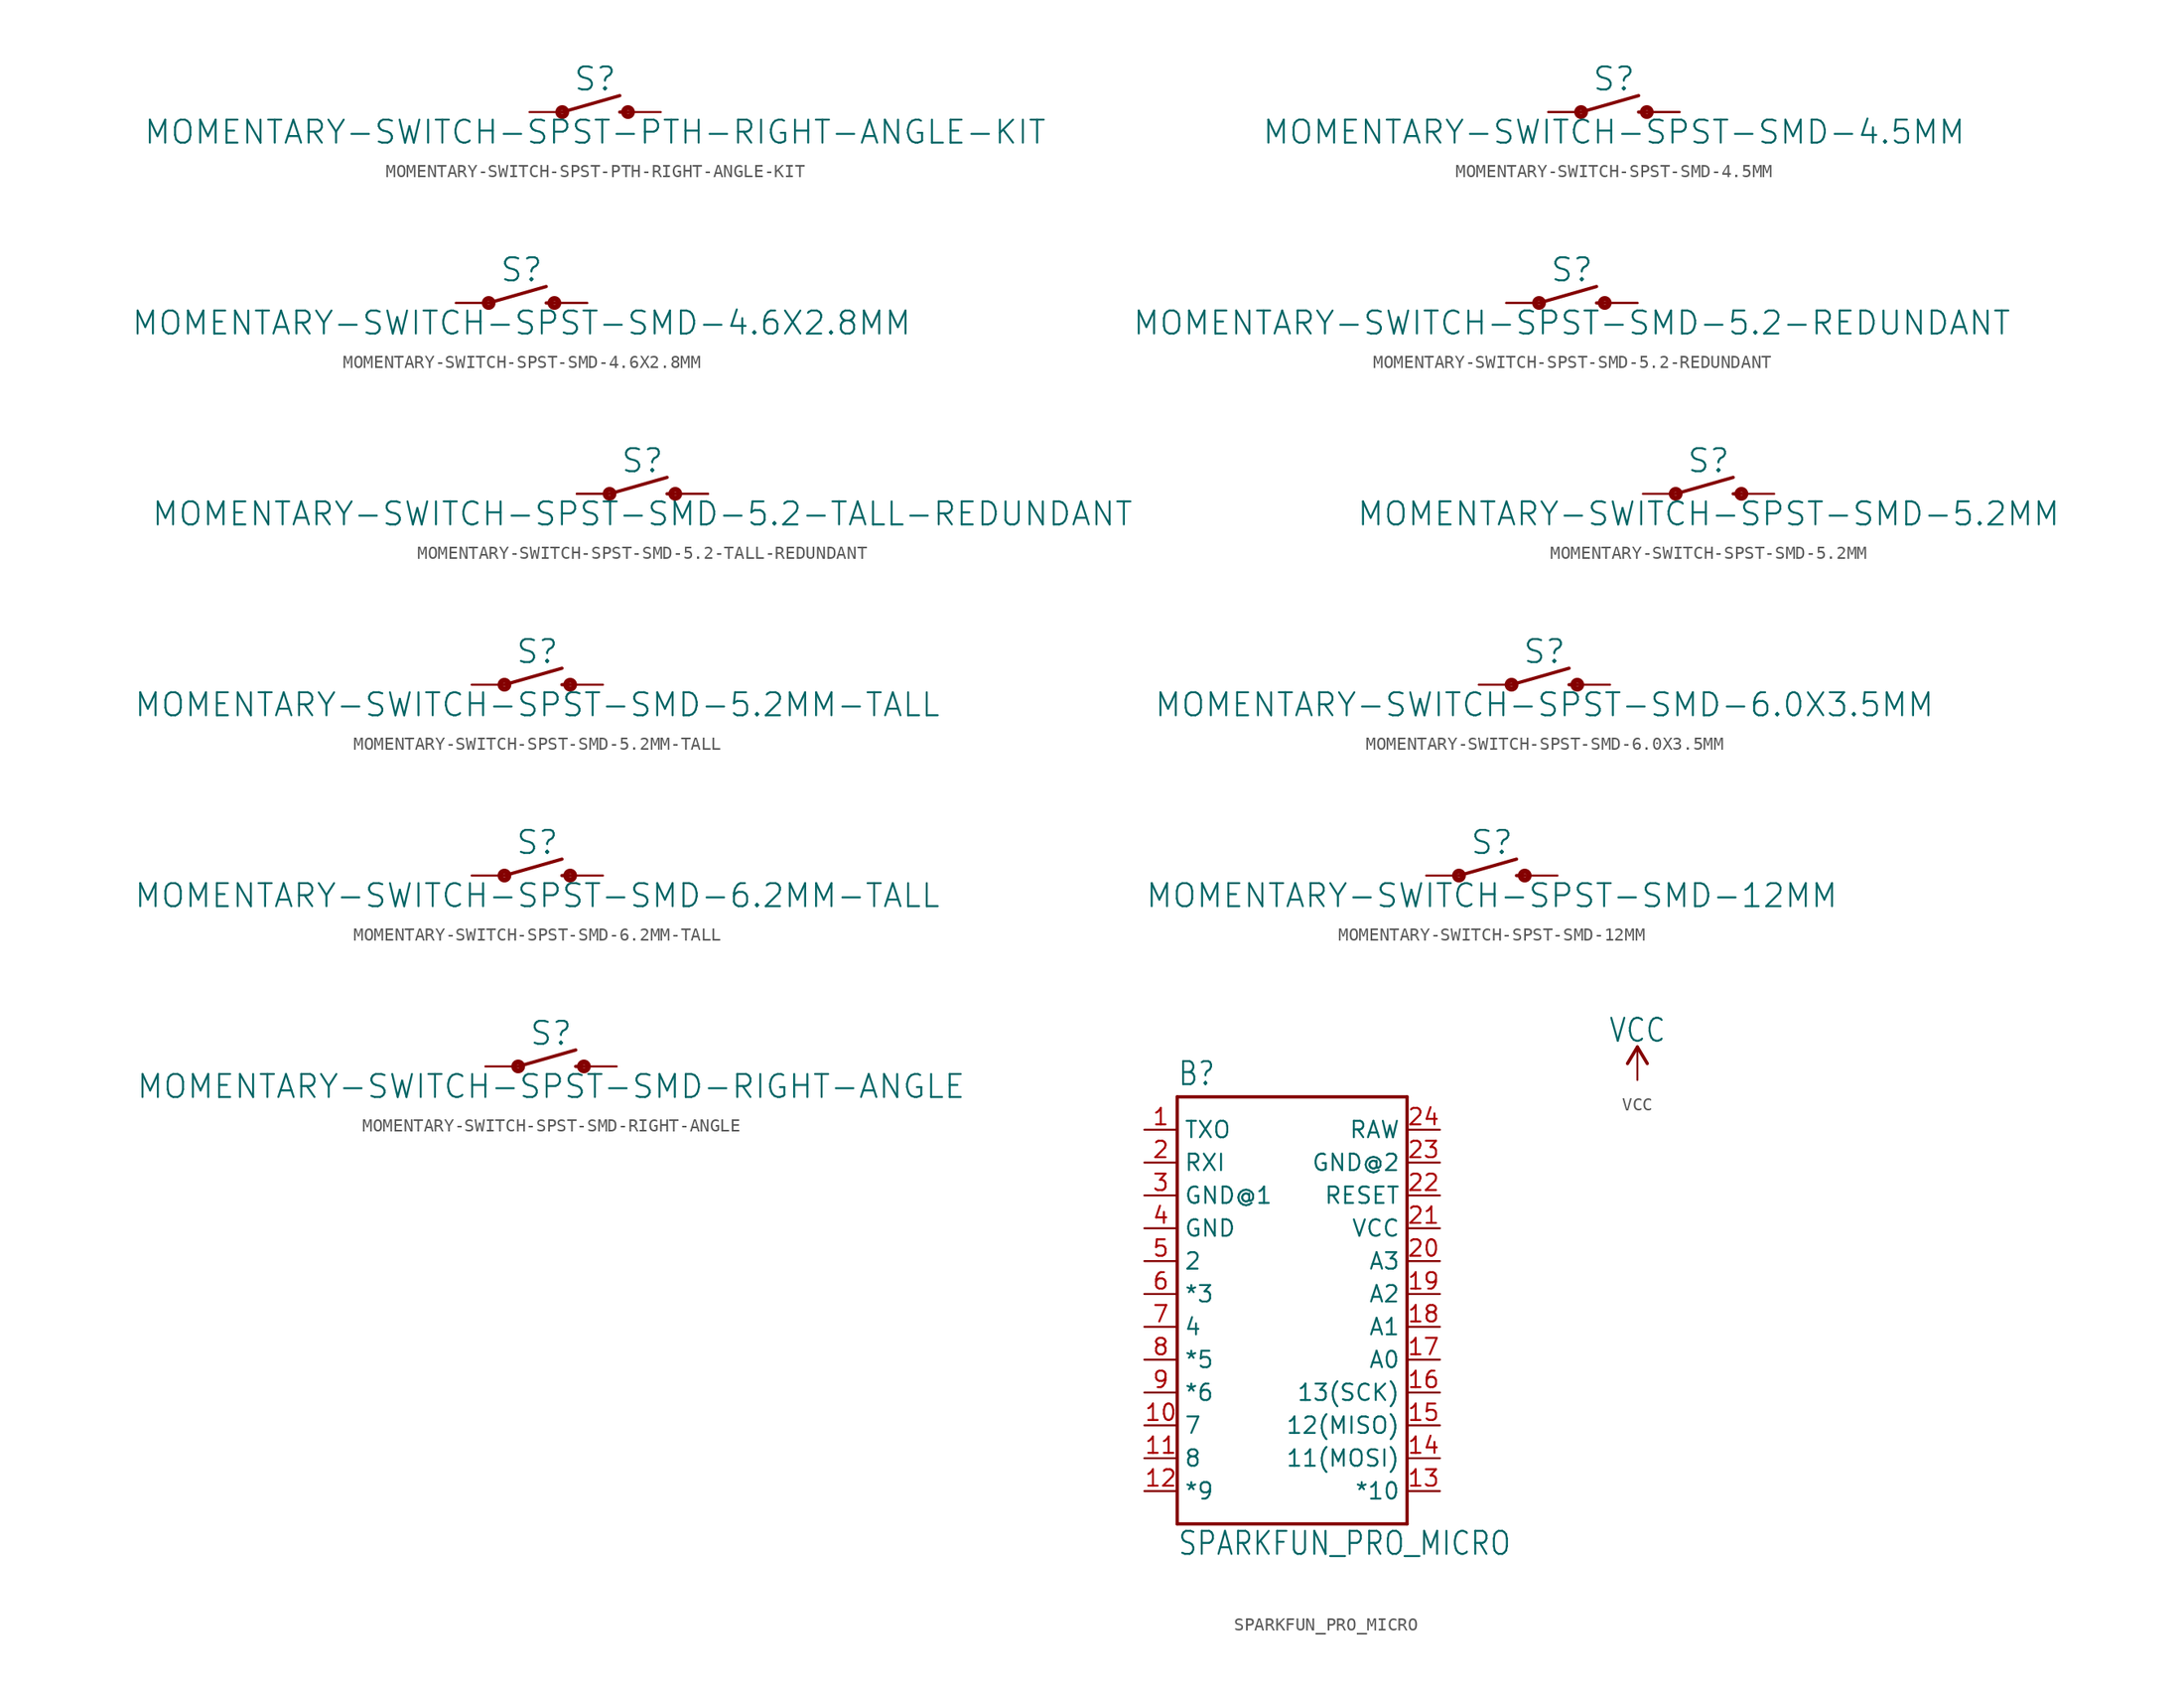
<source format=kicad_sym>
(kicad_symbol_lib
  (version 20210619)
  (generator kicad_symbol_editor)
  (symbol "MOMENTARY-SWITCH-SPST-PTH-RIGHT-ANGLE-KIT"
    (property "Reference" "S"
      (at 0 1.524 0)
      (effects (font (size 1.778 1.778)) (justify bottom)))
    (property "Value" "MOMENTARY-SWITCH-SPST-PTH-RIGHT-ANGLE-KIT"
      (at 0 -0.508 0)
      (effects (font (size 1.778 1.778)) (justify top)))
    (property "ki_locked" ""
      (at 0 0 0)
      (effects (font (size 1.27 1.27))))
    (symbol "MOMENTARY-SWITCH-SPST-PTH-RIGHT-ANGLE-KIT_1_0"
      (circle (center -2.54 0) (radius 0.127) (stroke (width 0.406)) (fill (type none)))
      (circle (center 2.54 0) (radius 0.127) (stroke (width 0.406)) (fill (type none)))
      (polyline (pts (xy -2.54 0) (xy 1.905 1.27)) (stroke (width 0.254)) (fill (type none)))
      (polyline (pts (xy 1.905 0) (xy 2.54 0)) (stroke (width 0.254)) (fill (type none)))
      (pin passive line (at -5.08 0 0) (length 2.54) (name "1" (effects (font (size 0 0)))) (number "1" (effects (font (size 0 0)))))
      (pin passive line (at 5.08 0 180) (length 2.54) (name "2" (effects (font (size 0 0)))) (number "2" (effects (font (size 0 0)))))))
  (symbol "MOMENTARY-SWITCH-SPST-SMD-4.5MM"
    (property "Reference" "S"
      (at 0 1.524 0)
      (effects (font (size 1.778 1.778)) (justify bottom)))
    (property "Value" "MOMENTARY-SWITCH-SPST-SMD-4.5MM"
      (at 0 -0.508 0)
      (effects (font (size 1.778 1.778)) (justify top)))
    (property "ki_locked" ""
      (at 0 0 0)
      (effects (font (size 1.27 1.27))))
    (symbol "MOMENTARY-SWITCH-SPST-SMD-4.5MM_1_0"
      (circle (center -2.54 0) (radius 0.127) (stroke (width 0.406)) (fill (type none)))
      (circle (center 2.54 0) (radius 0.127) (stroke (width 0.406)) (fill (type none)))
      (polyline (pts (xy -2.54 0) (xy 1.905 1.27)) (stroke (width 0.254)) (fill (type none)))
      (polyline (pts (xy 1.905 0) (xy 2.54 0)) (stroke (width 0.254)) (fill (type none)))
      (pin passive line (at 5.08 0 180) (length 2.54) (name "2" (effects (font (size 0 0)))) (number "1" (effects (font (size 0 0)))))
      (pin passive line (at -5.08 0 0) (length 2.54) (name "1" (effects (font (size 0 0)))) (number "2" (effects (font (size 0 0)))))
      (pin passive line (at -5.08 0 0) (length 2.54) (name "1" (effects (font (size 0 0)))) (number "3" (effects (font (size 0 0)))))
      (pin passive line (at 5.08 0 180) (length 2.54) (name "2" (effects (font (size 0 0)))) (number "4" (effects (font (size 0 0)))))))
  (symbol "MOMENTARY-SWITCH-SPST-SMD-4.6X2.8MM"
    (property "Reference" "S"
      (at 0 1.524 0)
      (effects (font (size 1.778 1.778)) (justify bottom)))
    (property "Value" "MOMENTARY-SWITCH-SPST-SMD-4.6X2.8MM"
      (at 0 -0.508 0)
      (effects (font (size 1.778 1.778)) (justify top)))
    (property "ki_locked" ""
      (at 0 0 0)
      (effects (font (size 1.27 1.27))))
    (symbol "MOMENTARY-SWITCH-SPST-SMD-4.6X2.8MM_1_0"
      (circle (center -2.54 0) (radius 0.127) (stroke (width 0.406)) (fill (type none)))
      (circle (center 2.54 0) (radius 0.127) (stroke (width 0.406)) (fill (type none)))
      (polyline (pts (xy -2.54 0) (xy 1.905 1.27)) (stroke (width 0.254)) (fill (type none)))
      (polyline (pts (xy 1.905 0) (xy 2.54 0)) (stroke (width 0.254)) (fill (type none)))
      (pin passive line (at -5.08 0 0) (length 2.54) (name "1" (effects (font (size 0 0)))) (number "1" (effects (font (size 0 0)))))
      (pin passive line (at -5.08 0 0) (length 2.54) (name "1" (effects (font (size 0 0)))) (number "2" (effects (font (size 0 0)))))
      (pin passive line (at 5.08 0 180) (length 2.54) (name "2" (effects (font (size 0 0)))) (number "3" (effects (font (size 0 0)))))
      (pin passive line (at 5.08 0 180) (length 2.54) (name "2" (effects (font (size 0 0)))) (number "4" (effects (font (size 0 0)))))))
  (symbol "MOMENTARY-SWITCH-SPST-SMD-5.2-REDUNDANT"
    (property "Reference" "S"
      (at 0 1.524 0)
      (effects (font (size 1.778 1.778)) (justify bottom)))
    (property "Value" "MOMENTARY-SWITCH-SPST-SMD-5.2-REDUNDANT"
      (at 0 -0.508 0)
      (effects (font (size 1.778 1.778)) (justify top)))
    (property "ki_locked" ""
      (at 0 0 0)
      (effects (font (size 1.27 1.27))))
    (symbol "MOMENTARY-SWITCH-SPST-SMD-5.2-REDUNDANT_1_0"
      (circle (center -2.54 0) (radius 0.127) (stroke (width 0.406)) (fill (type none)))
      (circle (center 2.54 0) (radius 0.127) (stroke (width 0.406)) (fill (type none)))
      (polyline (pts (xy -2.54 0) (xy 1.905 1.27)) (stroke (width 0.254)) (fill (type none)))
      (polyline (pts (xy 1.905 0) (xy 2.54 0)) (stroke (width 0.254)) (fill (type none)))
      (pin passive line (at -5.08 0 0) (length 2.54) (name "1" (effects (font (size 0 0)))) (number "1" (effects (font (size 0 0)))))
      (pin passive line (at -5.08 0 0) (length 2.54) (name "1" (effects (font (size 0 0)))) (number "2" (effects (font (size 0 0)))))
      (pin passive line (at 5.08 0 180) (length 2.54) (name "2" (effects (font (size 0 0)))) (number "3" (effects (font (size 0 0)))))
      (pin passive line (at 5.08 0 180) (length 2.54) (name "2" (effects (font (size 0 0)))) (number "4" (effects (font (size 0 0)))))))
  (symbol "MOMENTARY-SWITCH-SPST-SMD-5.2-TALL-REDUNDANT"
    (property "Reference" "S"
      (at 0 1.524 0)
      (effects (font (size 1.778 1.778)) (justify bottom)))
    (property "Value" "MOMENTARY-SWITCH-SPST-SMD-5.2-TALL-REDUNDANT"
      (at 0 -0.508 0)
      (effects (font (size 1.778 1.778)) (justify top)))
    (property "ki_locked" ""
      (at 0 0 0)
      (effects (font (size 1.27 1.27))))
    (symbol "MOMENTARY-SWITCH-SPST-SMD-5.2-TALL-REDUNDANT_1_0"
      (circle (center -2.54 0) (radius 0.127) (stroke (width 0.406)) (fill (type none)))
      (circle (center 2.54 0) (radius 0.127) (stroke (width 0.406)) (fill (type none)))
      (polyline (pts (xy -2.54 0) (xy 1.905 1.27)) (stroke (width 0.254)) (fill (type none)))
      (polyline (pts (xy 1.905 0) (xy 2.54 0)) (stroke (width 0.254)) (fill (type none)))
      (pin passive line (at -5.08 0 0) (length 2.54) (name "1" (effects (font (size 0 0)))) (number "1" (effects (font (size 0 0)))))
      (pin passive line (at -5.08 0 0) (length 2.54) (name "1" (effects (font (size 0 0)))) (number "2" (effects (font (size 0 0)))))
      (pin passive line (at 5.08 0 180) (length 2.54) (name "2" (effects (font (size 0 0)))) (number "3" (effects (font (size 0 0)))))
      (pin passive line (at 5.08 0 180) (length 2.54) (name "2" (effects (font (size 0 0)))) (number "4" (effects (font (size 0 0)))))))
  (symbol "MOMENTARY-SWITCH-SPST-SMD-5.2MM"
    (property "Reference" "S"
      (at 0 1.524 0)
      (effects (font (size 1.778 1.778)) (justify bottom)))
    (property "Value" "MOMENTARY-SWITCH-SPST-SMD-5.2MM"
      (at 0 -0.508 0)
      (effects (font (size 1.778 1.778)) (justify top)))
    (property "ki_locked" ""
      (at 0 0 0)
      (effects (font (size 1.27 1.27))))
    (symbol "MOMENTARY-SWITCH-SPST-SMD-5.2MM_1_0"
      (circle (center -2.54 0) (radius 0.127) (stroke (width 0.406)) (fill (type none)))
      (circle (center 2.54 0) (radius 0.127) (stroke (width 0.406)) (fill (type none)))
      (polyline (pts (xy -2.54 0) (xy 1.905 1.27)) (stroke (width 0.254)) (fill (type none)))
      (polyline (pts (xy 1.905 0) (xy 2.54 0)) (stroke (width 0.254)) (fill (type none)))
      (pin passive line (at -5.08 0 0) (length 2.54) (name "1" (effects (font (size 0 0)))) (number "1" (effects (font (size 0 0)))))
      (pin passive line (at 5.08 0 180) (length 2.54) (name "2" (effects (font (size 0 0)))) (number "3" (effects (font (size 0 0)))))))
  (symbol "MOMENTARY-SWITCH-SPST-SMD-5.2MM-TALL"
    (property "Reference" "S"
      (at 0 1.524 0)
      (effects (font (size 1.778 1.778)) (justify bottom)))
    (property "Value" "MOMENTARY-SWITCH-SPST-SMD-5.2MM-TALL"
      (at 0 -0.508 0)
      (effects (font (size 1.778 1.778)) (justify top)))
    (property "ki_locked" ""
      (at 0 0 0)
      (effects (font (size 1.27 1.27))))
    (symbol "MOMENTARY-SWITCH-SPST-SMD-5.2MM-TALL_1_0"
      (circle (center -2.54 0) (radius 0.127) (stroke (width 0.406)) (fill (type none)))
      (circle (center 2.54 0) (radius 0.127) (stroke (width 0.406)) (fill (type none)))
      (polyline (pts (xy -2.54 0) (xy 1.905 1.27)) (stroke (width 0.254)) (fill (type none)))
      (polyline (pts (xy 1.905 0) (xy 2.54 0)) (stroke (width 0.254)) (fill (type none)))
      (pin passive line (at -5.08 0 0) (length 2.54) (name "1" (effects (font (size 0 0)))) (number "1" (effects (font (size 0 0)))))
      (pin passive line (at 5.08 0 180) (length 2.54) (name "2" (effects (font (size 0 0)))) (number "3" (effects (font (size 0 0)))))))
  (symbol "MOMENTARY-SWITCH-SPST-SMD-6.0X3.5MM"
    (property "Reference" "S"
      (at 0 1.524 0)
      (effects (font (size 1.778 1.778)) (justify bottom)))
    (property "Value" "MOMENTARY-SWITCH-SPST-SMD-6.0X3.5MM"
      (at 0 -0.508 0)
      (effects (font (size 1.778 1.778)) (justify top)))
    (property "ki_locked" ""
      (at 0 0 0)
      (effects (font (size 1.27 1.27))))
    (symbol "MOMENTARY-SWITCH-SPST-SMD-6.0X3.5MM_1_0"
      (circle (center -2.54 0) (radius 0.127) (stroke (width 0.406)) (fill (type none)))
      (circle (center 2.54 0) (radius 0.127) (stroke (width 0.406)) (fill (type none)))
      (polyline (pts (xy -2.54 0) (xy 1.905 1.27)) (stroke (width 0.254)) (fill (type none)))
      (polyline (pts (xy 1.905 0) (xy 2.54 0)) (stroke (width 0.254)) (fill (type none)))
      (pin passive line (at -5.08 0 0) (length 2.54) (name "1" (effects (font (size 0 0)))) (number "1" (effects (font (size 0 0)))))
      (pin passive line (at 5.08 0 180) (length 2.54) (name "2" (effects (font (size 0 0)))) (number "2" (effects (font (size 0 0)))))))
  (symbol "MOMENTARY-SWITCH-SPST-SMD-6.2MM-TALL"
    (property "Reference" "S"
      (at 0 1.524 0)
      (effects (font (size 1.778 1.778)) (justify bottom)))
    (property "Value" "MOMENTARY-SWITCH-SPST-SMD-6.2MM-TALL"
      (at 0 -0.508 0)
      (effects (font (size 1.778 1.778)) (justify top)))
    (property "ki_locked" ""
      (at 0 0 0)
      (effects (font (size 1.27 1.27))))
    (symbol "MOMENTARY-SWITCH-SPST-SMD-6.2MM-TALL_1_0"
      (circle (center -2.54 0) (radius 0.127) (stroke (width 0.406)) (fill (type none)))
      (circle (center 2.54 0) (radius 0.127) (stroke (width 0.406)) (fill (type none)))
      (polyline (pts (xy -2.54 0) (xy 1.905 1.27)) (stroke (width 0.254)) (fill (type none)))
      (polyline (pts (xy 1.905 0) (xy 2.54 0)) (stroke (width 0.254)) (fill (type none)))
      (pin passive line (at -5.08 0 0) (length 2.54) (name "1" (effects (font (size 0 0)))) (number "A2" (effects (font (size 0 0)))))
      (pin passive line (at 5.08 0 180) (length 2.54) (name "2" (effects (font (size 0 0)))) (number "B2" (effects (font (size 0 0)))))))
  (symbol "MOMENTARY-SWITCH-SPST-SMD-12MM"
    (property "Reference" "S"
      (at 0 1.524 0)
      (effects (font (size 1.778 1.778)) (justify bottom)))
    (property "Value" "MOMENTARY-SWITCH-SPST-SMD-12MM"
      (at 0 -0.508 0)
      (effects (font (size 1.778 1.778)) (justify top)))
    (property "ki_locked" ""
      (at 0 0 0)
      (effects (font (size 1.27 1.27))))
    (symbol "MOMENTARY-SWITCH-SPST-SMD-12MM_1_0"
      (circle (center -2.54 0) (radius 0.127) (stroke (width 0.406)) (fill (type none)))
      (circle (center 2.54 0) (radius 0.127) (stroke (width 0.406)) (fill (type none)))
      (polyline (pts (xy -2.54 0) (xy 1.905 1.27)) (stroke (width 0.254)) (fill (type none)))
      (polyline (pts (xy 1.905 0) (xy 2.54 0)) (stroke (width 0.254)) (fill (type none)))
      (pin passive line (at -5.08 0 0) (length 2.54) (name "1" (effects (font (size 0 0)))) (number "1" (effects (font (size 0 0)))))
      (pin passive line (at 5.08 0 180) (length 2.54) (name "2" (effects (font (size 0 0)))) (number "3" (effects (font (size 0 0)))))))
  (symbol "MOMENTARY-SWITCH-SPST-SMD-RIGHT-ANGLE"
    (property "Reference" "S"
      (at 0 1.524 0)
      (effects (font (size 1.778 1.778)) (justify bottom)))
    (property "Value" "MOMENTARY-SWITCH-SPST-SMD-RIGHT-ANGLE"
      (at 0 -0.508 0)
      (effects (font (size 1.778 1.778)) (justify top)))
    (property "ki_locked" ""
      (at 0 0 0)
      (effects (font (size 1.27 1.27))))
    (symbol "MOMENTARY-SWITCH-SPST-SMD-RIGHT-ANGLE_1_0"
      (circle (center -2.54 0) (radius 0.127) (stroke (width 0.406)) (fill (type none)))
      (circle (center 2.54 0) (radius 0.127) (stroke (width 0.406)) (fill (type none)))
      (polyline (pts (xy -2.54 0) (xy 1.905 1.27)) (stroke (width 0.254)) (fill (type none)))
      (polyline (pts (xy 1.905 0) (xy 2.54 0)) (stroke (width 0.254)) (fill (type none)))
      (pin passive line (at -5.08 0 0) (length 2.54) (name "1" (effects (font (size 0 0)))) (number "1" (effects (font (size 0 0)))))
      (pin passive line (at 5.08 0 180) (length 2.54) (name "2" (effects (font (size 0 0)))) (number "2" (effects (font (size 0 0)))))))
  (symbol "SPARKFUN_PRO_MICRO"
    (property "Reference" "B"
      (at -7.62 18.542 0)
      (effects (font (size 1.778 1.511)) (justify left bottom)))
    (property "Value" "SPARKFUN_PRO_MICRO"
      (at -7.62 -17.78 0)
      (effects (font (size 1.778 1.511)) (justify left bottom)))
    (property "ki_locked" ""
      (at 0 0 0)
      (effects (font (size 1.27 1.27))))
    (symbol "SPARKFUN_PRO_MICRO_1_0"
      (polyline (pts (xy -7.62 -15.24) (xy 10.16 -15.24)) (stroke (width 0.254)) (fill (type none)))
      (polyline (pts (xy -7.62 17.78) (xy -7.62 -15.24)) (stroke (width 0.254)) (fill (type none)))
      (polyline (pts (xy 10.16 -15.24) (xy 10.16 17.78)) (stroke (width 0.254)) (fill (type none)))
      (polyline (pts (xy 10.16 17.78) (xy -7.62 17.78)) (stroke (width 0.254)) (fill (type none)))
      (pin bidirectional line (at -10.16 15.24 0) (length 2.54) (name "TXO" (effects (font (size 1.27 1.27)))) (number "1" (effects (font (size 1.27 1.27)))))
      (pin bidirectional line (at -10.16 -7.62 0) (length 2.54) (name "7" (effects (font (size 1.27 1.27)))) (number "10" (effects (font (size 1.27 1.27)))))
      (pin bidirectional line (at -10.16 -10.16 0) (length 2.54) (name "8" (effects (font (size 1.27 1.27)))) (number "11" (effects (font (size 1.27 1.27)))))
      (pin bidirectional line (at -10.16 -12.7 0) (length 2.54) (name "*9" (effects (font (size 1.27 1.27)))) (number "12" (effects (font (size 1.27 1.27)))))
      (pin bidirectional line (at 12.7 -12.7 180) (length 2.54) (name "*10" (effects (font (size 1.27 1.27)))) (number "13" (effects (font (size 1.27 1.27)))))
      (pin bidirectional line (at 12.7 -10.16 180) (length 2.54) (name "11(MOSI)" (effects (font (size 1.27 1.27)))) (number "14" (effects (font (size 1.27 1.27)))))
      (pin bidirectional line (at 12.7 -7.62 180) (length 2.54) (name "12(MISO)" (effects (font (size 1.27 1.27)))) (number "15" (effects (font (size 1.27 1.27)))))
      (pin bidirectional line (at 12.7 -5.08 180) (length 2.54) (name "13(SCK)" (effects (font (size 1.27 1.27)))) (number "16" (effects (font (size 1.27 1.27)))))
      (pin bidirectional line (at 12.7 -2.54 180) (length 2.54) (name "A0" (effects (font (size 1.27 1.27)))) (number "17" (effects (font (size 1.27 1.27)))))
      (pin bidirectional line (at 12.7 0 180) (length 2.54) (name "A1" (effects (font (size 1.27 1.27)))) (number "18" (effects (font (size 1.27 1.27)))))
      (pin bidirectional line (at 12.7 2.54 180) (length 2.54) (name "A2" (effects (font (size 1.27 1.27)))) (number "19" (effects (font (size 1.27 1.27)))))
      (pin bidirectional line (at -10.16 12.7 0) (length 2.54) (name "RXI" (effects (font (size 1.27 1.27)))) (number "2" (effects (font (size 1.27 1.27)))))
      (pin bidirectional line (at 12.7 5.08 180) (length 2.54) (name "A3" (effects (font (size 1.27 1.27)))) (number "20" (effects (font (size 1.27 1.27)))))
      (pin power_in line (at 12.7 7.62 180) (length 2.54) (name "VCC" (effects (font (size 1.27 1.27)))) (number "21" (effects (font (size 1.27 1.27)))))
      (pin bidirectional line (at 12.7 10.16 180) (length 2.54) (name "RESET" (effects (font (size 1.27 1.27)))) (number "22" (effects (font (size 1.27 1.27)))))
      (pin power_in line (at 12.7 12.7 180) (length 2.54) (name "GND@2" (effects (font (size 1.27 1.27)))) (number "23" (effects (font (size 1.27 1.27)))))
      (pin power_in line (at 12.7 15.24 180) (length 2.54) (name "RAW" (effects (font (size 1.27 1.27)))) (number "24" (effects (font (size 1.27 1.27)))))
      (pin power_in line (at -10.16 10.16 0) (length 2.54) (name "GND@1" (effects (font (size 1.27 1.27)))) (number "3" (effects (font (size 1.27 1.27)))))
      (pin power_in line (at -10.16 7.62 0) (length 2.54) (name "GND" (effects (font (size 1.27 1.27)))) (number "4" (effects (font (size 1.27 1.27)))))
      (pin bidirectional line (at -10.16 5.08 0) (length 2.54) (name "2" (effects (font (size 1.27 1.27)))) (number "5" (effects (font (size 1.27 1.27)))))
      (pin bidirectional line (at -10.16 2.54 0) (length 2.54) (name "*3" (effects (font (size 1.27 1.27)))) (number "6" (effects (font (size 1.27 1.27)))))
      (pin bidirectional line (at -10.16 0 0) (length 2.54) (name "4" (effects (font (size 1.27 1.27)))) (number "7" (effects (font (size 1.27 1.27)))))
      (pin bidirectional line (at -10.16 -2.54 0) (length 2.54) (name "*5" (effects (font (size 1.27 1.27)))) (number "8" (effects (font (size 1.27 1.27)))))
      (pin bidirectional line (at -10.16 -5.08 0) (length 2.54) (name "*6" (effects (font (size 1.27 1.27)))) (number "9" (effects (font (size 1.27 1.27)))))))
  (symbol "VCC"
    (power)
    (property "Reference" "#SUPPLY"
      (at 0 0 0)
      (effects (font (size 1.27 1.27)) hide))
    (property "Value" "VCC"
      (at 0 2.794 0)
      (effects (font (size 1.778 1.511)) (justify bottom)))
    (property "ki_locked" ""
      (at 0 0 0)
      (effects (font (size 1.27 1.27))))
    (symbol "VCC_1_0"
      (polyline (pts (xy 0 2.54) (xy -0.762 1.27)) (stroke (width 0.254)) (fill (type none)))
      (polyline (pts (xy 0.762 1.27) (xy 0 2.54)) (stroke (width 0.254)) (fill (type none)))
      (pin power_in line (at 0 0 90) (length 2.54) (name "VCC" (effects (font (size 0 0)))) (number "1" (effects (font (size 0 0))))))))
</source>
